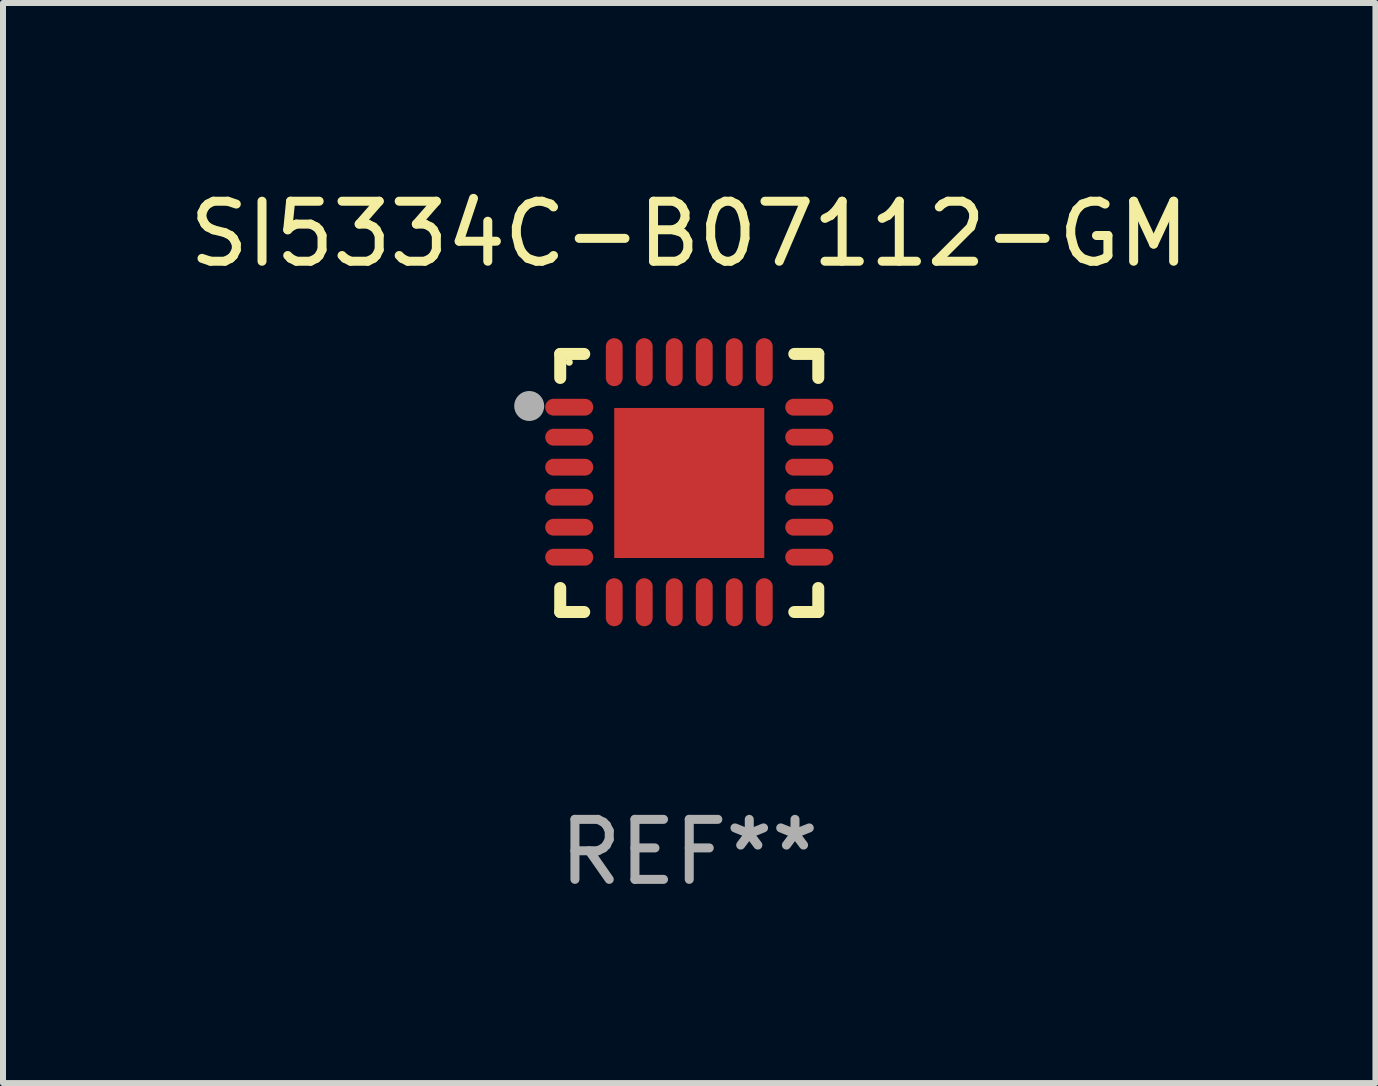
<source format=kicad_pcb>
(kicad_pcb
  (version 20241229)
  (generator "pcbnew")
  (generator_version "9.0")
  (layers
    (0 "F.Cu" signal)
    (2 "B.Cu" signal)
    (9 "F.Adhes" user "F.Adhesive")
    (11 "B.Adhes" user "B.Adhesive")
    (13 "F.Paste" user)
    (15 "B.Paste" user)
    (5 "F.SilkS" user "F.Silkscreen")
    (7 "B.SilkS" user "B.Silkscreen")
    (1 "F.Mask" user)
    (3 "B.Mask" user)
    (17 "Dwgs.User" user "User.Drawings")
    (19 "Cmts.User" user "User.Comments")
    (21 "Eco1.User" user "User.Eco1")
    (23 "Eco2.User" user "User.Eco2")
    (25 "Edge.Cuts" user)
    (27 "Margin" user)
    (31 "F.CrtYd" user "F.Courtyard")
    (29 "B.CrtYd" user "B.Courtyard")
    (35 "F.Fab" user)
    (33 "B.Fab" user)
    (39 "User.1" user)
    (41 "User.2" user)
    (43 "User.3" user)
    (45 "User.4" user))
  (footprint "SI5334C-B07112-GM"
    (layer "F.Cu")
    (at 8.435 4.998)
    (property "Reference" "SI5334C-B07112-GM" (at 0 -4.15 0) (layer "F.SilkS") (effects (font (size 1 1) (thickness 0.15))))
    (attr through_hole)
    (fp_line (start -2.15 -2.15) (end -1.75 -2.15) (stroke (width 0.2) (type solid)) (layer "F.SilkS"))
    (fp_line (start -2.15 -1.75) (end -2.15 -2.15) (stroke (width 0.2) (type solid)) (layer "F.SilkS"))
    (fp_line (start -2.15 2.15) (end -2.15 1.75) (stroke (width 0.2) (type solid)) (layer "F.SilkS"))
    (fp_line (start -1.75 2.15) (end -2.15 2.15) (stroke (width 0.2) (type solid)) (layer "F.SilkS"))
    (fp_line (start 1.75 -2.15) (end 2.15 -2.15) (stroke (width 0.2) (type solid)) (layer "F.SilkS"))
    (fp_line (start 1.75 2.15) (end 2.15 2.15) (stroke (width 0.2) (type solid)) (layer "F.SilkS"))
    (fp_line (start 2.15 -2.15) (end 2.15 -1.75) (stroke (width 0.2) (type solid)) (layer "F.SilkS"))
    (fp_line (start 2.15 2.15) (end 2.15 1.75) (stroke (width 0.2) (type solid)) (layer "F.SilkS"))
    (fp_circle (center -2 -2.013) (end -1.97 -2.013) (stroke (width 0.06) (type solid)) (fill no) (layer "F.SilkS"))
    (fp_circle (center -2.667 -1.283) (end -2.542 -1.283) (stroke (width 0.25) (type solid)) (fill no) (layer "F.Fab"))
    (fp_text user "REF**" (at 0 6.15 0) (layer "F.Fab") (effects (font (size 1 1) (thickness 0.15))))
    (pad "1" smd oval (at -2 -1.263) (size 0.8 0.28) (layers "F.Cu" "F.Mask" "F.Paste"))
    (pad "2" smd oval (at -2 -0.763) (size 0.8 0.28) (layers "F.Cu" "F.Mask" "F.Paste"))
    (pad "3" smd oval (at -2 -0.263) (size 0.8 0.28) (layers "F.Cu" "F.Mask" "F.Paste"))
    (pad "4" smd oval (at -2 0.237) (size 0.8 0.28) (layers "F.Cu" "F.Mask" "F.Paste"))
    (pad "5" smd oval (at -2 0.737) (size 0.8 0.28) (layers "F.Cu" "F.Mask" "F.Paste"))
    (pad "6" smd oval (at -2 1.237) (size 0.8 0.28) (layers "F.Cu" "F.Mask" "F.Paste"))
    (pad "7" smd oval (at -1.25 1.987) (size 0.28 0.8) (layers "F.Cu" "F.Mask" "F.Paste"))
    (pad "8" smd oval (at -0.75 1.987) (size 0.28 0.8) (layers "F.Cu" "F.Mask" "F.Paste"))
    (pad "9" smd oval (at -0.25 1.987) (size 0.28 0.8) (layers "F.Cu" "F.Mask" "F.Paste"))
    (pad "10" smd oval (at 0.25 1.987) (size 0.28 0.8) (layers "F.Cu" "F.Mask" "F.Paste"))
    (pad "11" smd oval (at 0.75 1.987) (size 0.28 0.8) (layers "F.Cu" "F.Mask" "F.Paste"))
    (pad "12" smd oval (at 1.25 1.987) (size 0.28 0.8) (layers "F.Cu" "F.Mask" "F.Paste"))
    (pad "13" smd oval (at 2 1.237) (size 0.8 0.28) (layers "F.Cu" "F.Mask" "F.Paste"))
    (pad "14" smd oval (at 2 0.737) (size 0.8 0.28) (layers "F.Cu" "F.Mask" "F.Paste"))
    (pad "15" smd oval (at 2 0.237) (size 0.8 0.28) (layers "F.Cu" "F.Mask" "F.Paste"))
    (pad "16" smd oval (at 2 -0.263) (size 0.8 0.28) (layers "F.Cu" "F.Mask" "F.Paste"))
    (pad "17" smd oval (at 2 -0.763) (size 0.8 0.28) (layers "F.Cu" "F.Mask" "F.Paste"))
    (pad "18" smd oval (at 2 -1.263) (size 0.8 0.28) (layers "F.Cu" "F.Mask" "F.Paste"))
    (pad "19" smd oval (at 1.25 -2.013) (size 0.28 0.8) (layers "F.Cu" "F.Mask" "F.Paste"))
    (pad "20" smd oval (at 0.75 -2.013) (size 0.28 0.8) (layers "F.Cu" "F.Mask" "F.Paste"))
    (pad "21" smd oval (at 0.25 -2.013) (size 0.28 0.8) (layers "F.Cu" "F.Mask" "F.Paste"))
    (pad "22" smd oval (at -0.25 -2.013) (size 0.28 0.8) (layers "F.Cu" "F.Mask" "F.Paste"))
    (pad "23" smd oval (at -0.75 -2.013) (size 0.28 0.8) (layers "F.Cu" "F.Mask" "F.Paste"))
    (pad "24" smd oval (at -1.25 -2.013) (size 0.28 0.8) (layers "F.Cu" "F.Mask" "F.Paste"))
    (pad "25" smd rect (at -0.000127 -0.00014) (size 2.5 2.5) (layers "F.Cu" "F.Mask" "F.Paste")))
  (gr_rect
    (start -3 -3)
    (end 19.869 14.997)
    (stroke (width 0.1) (type default))
    (fill no)
    (layer "Edge.Cuts")))
</source>
